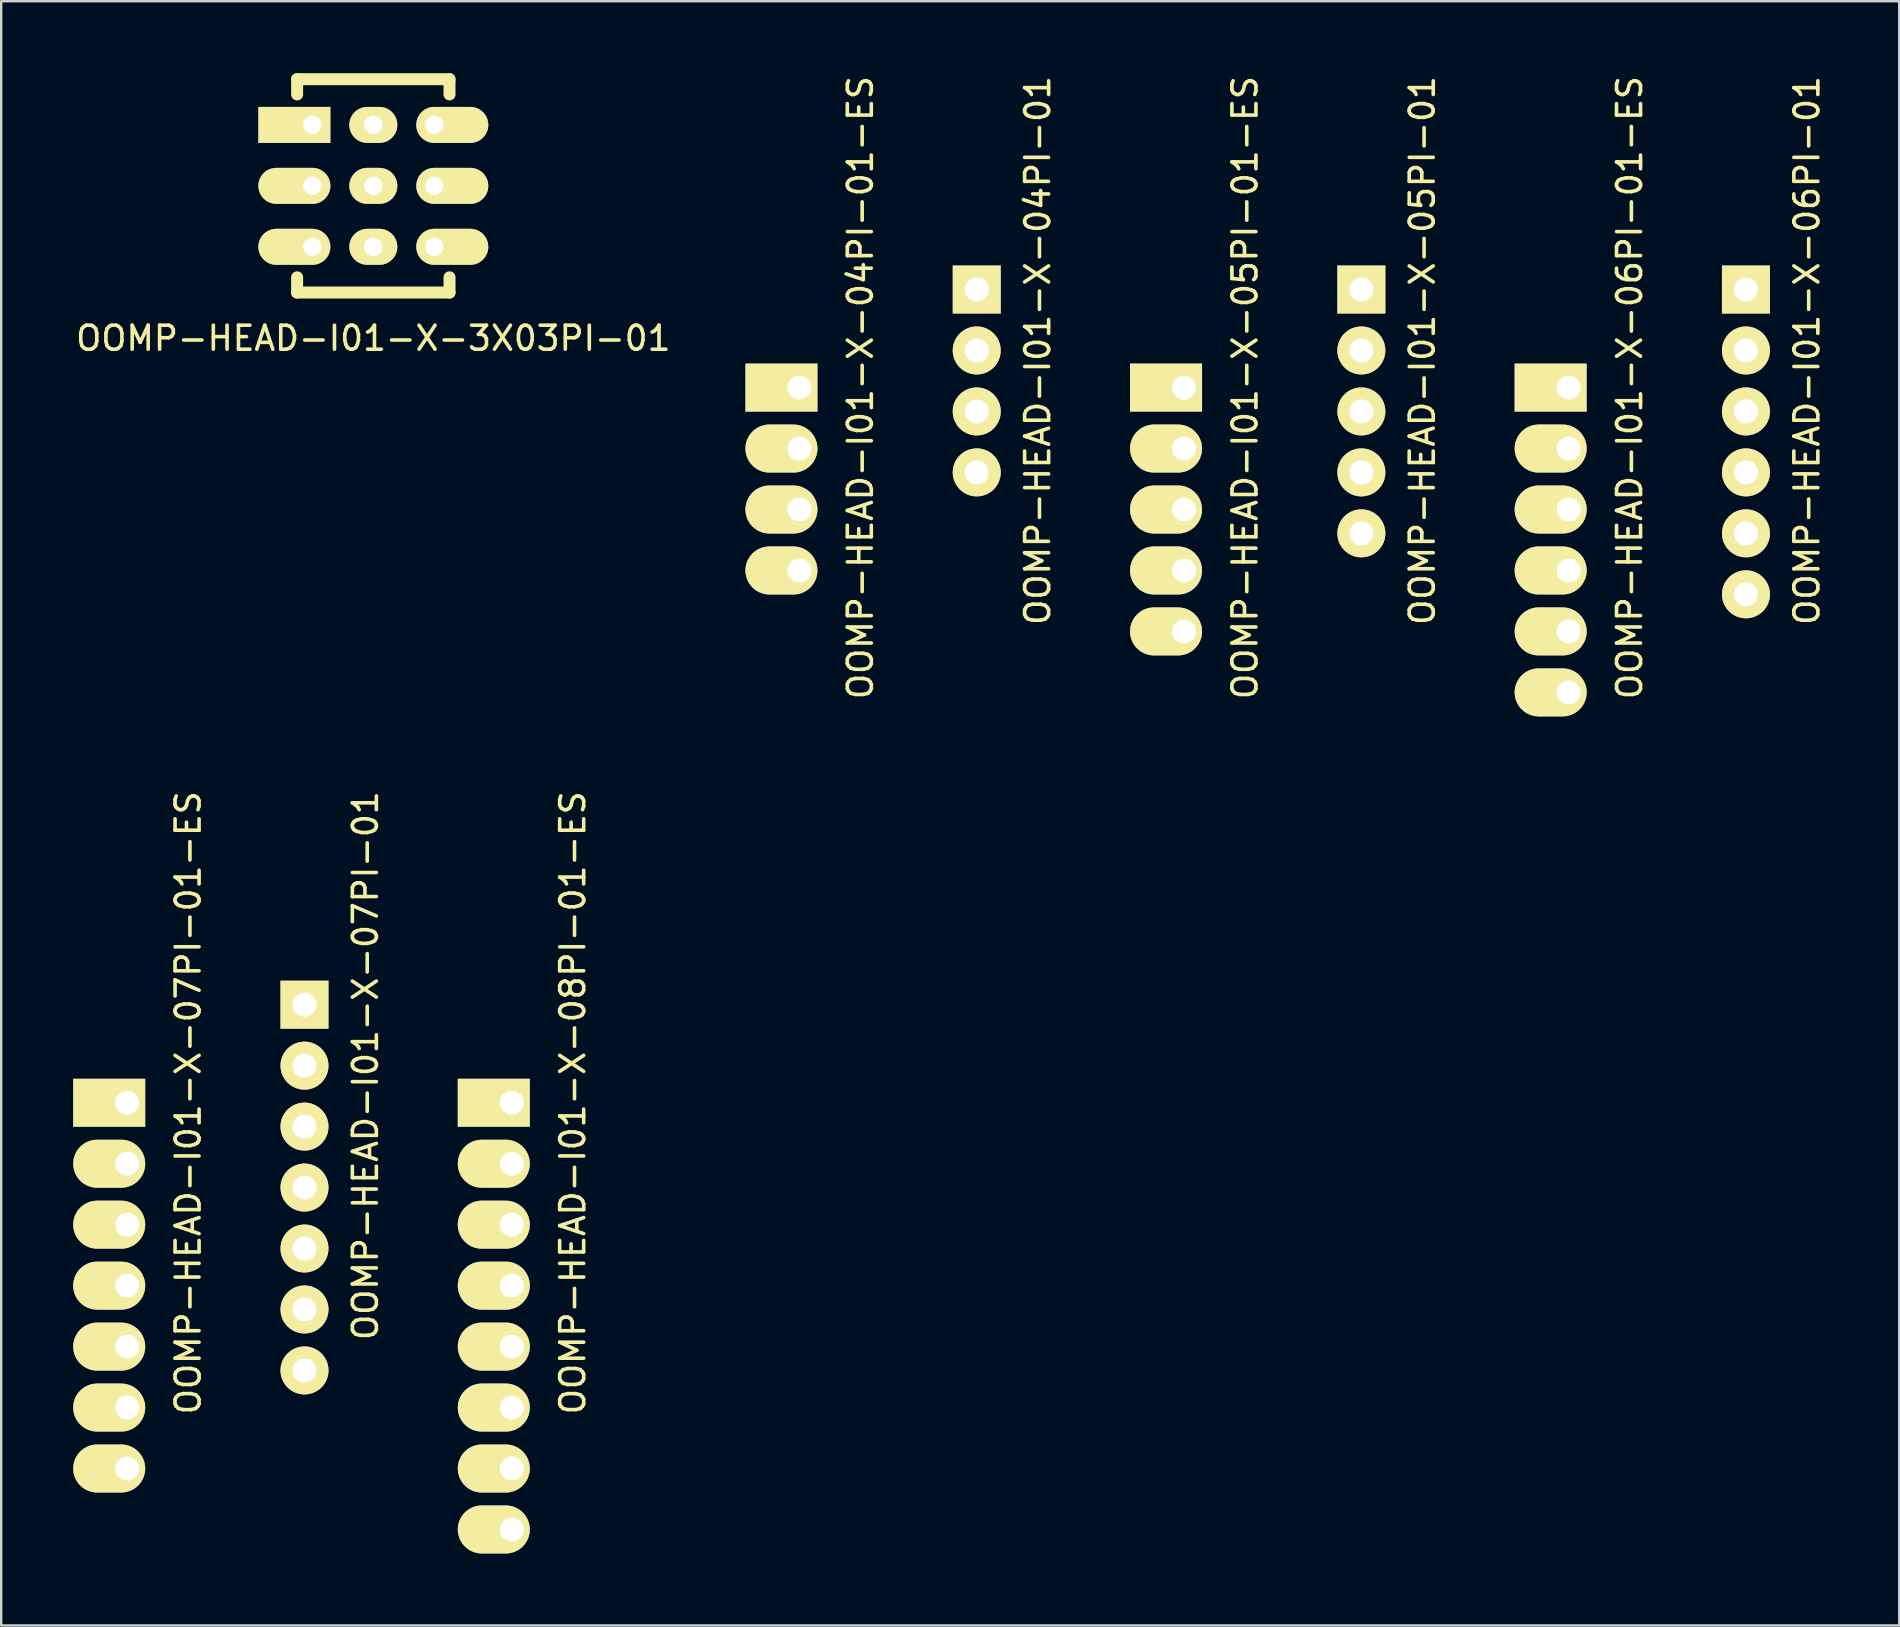
<source format=kicad_pcb>
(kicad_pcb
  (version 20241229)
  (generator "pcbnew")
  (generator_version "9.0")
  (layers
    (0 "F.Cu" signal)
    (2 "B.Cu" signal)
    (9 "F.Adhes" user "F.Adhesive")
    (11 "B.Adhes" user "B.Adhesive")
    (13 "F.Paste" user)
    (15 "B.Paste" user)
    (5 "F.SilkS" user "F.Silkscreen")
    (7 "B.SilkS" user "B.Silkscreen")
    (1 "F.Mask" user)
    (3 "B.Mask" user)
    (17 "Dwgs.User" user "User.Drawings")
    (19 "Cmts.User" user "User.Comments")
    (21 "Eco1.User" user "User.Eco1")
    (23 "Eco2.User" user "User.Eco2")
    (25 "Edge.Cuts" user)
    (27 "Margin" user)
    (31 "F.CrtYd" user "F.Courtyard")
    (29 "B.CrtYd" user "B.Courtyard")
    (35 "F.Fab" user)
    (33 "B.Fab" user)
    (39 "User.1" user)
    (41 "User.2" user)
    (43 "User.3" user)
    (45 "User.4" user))
  (footprint "OOMP-HEAD-I01-X-05PI-01-ES"
    (layer "F.Cu")
    (at 46.288 13.101)
    (property "Reference" "OOMP-HEAD-I01-X-05PI-01-ES" (at 2.54 0 90) (layer "F.SilkS") (effects (font (size 1 1) (thickness 0.15))))
    (attr through_hole)
    (pad "1" thru_hole rect (at 0 0) (size 3 2) (drill 1 (offset -0.75 0)) (layers "*.Cu" "*.Mask" "F.SilkS"))
    (pad "2" thru_hole oval (at 0 2.54) (size 3 2) (drill 1 (offset -0.75 0)) (layers "*.Cu" "*.Mask" "F.SilkS"))
    (pad "3" thru_hole oval (at 0 5.08) (size 3 2) (drill 1 (offset -0.75 0)) (layers "*.Cu" "*.Mask" "F.SilkS"))
    (pad "4" thru_hole oval (at 0 7.62) (size 3 2) (drill 1 (offset -0.75 0)) (layers "*.Cu" "*.Mask" "F.SilkS"))
    (pad "5" thru_hole oval (at 0 10.16) (size 3 2) (drill 1 (offset -0.75 0)) (layers "*.Cu" "*.Mask" "F.SilkS")))
  (footprint "OOMP-HEAD-I01-X-04PI-01-ES"
    (layer "F.Cu")
    (at 30.262 13.101)
    (property "Reference" "OOMP-HEAD-I01-X-04PI-01-ES" (at 2.54 0 90) (layer "F.SilkS") (effects (font (size 1 1) (thickness 0.15))))
    (attr through_hole)
    (pad "1" thru_hole rect (at 0 0) (size 3 2) (drill 1 (offset -0.75 0)) (layers "*.Cu" "*.Mask" "F.SilkS"))
    (pad "2" thru_hole oval (at 0 2.54) (size 3 2) (drill 1 (offset -0.75 0)) (layers "*.Cu" "*.Mask" "F.SilkS"))
    (pad "3" thru_hole oval (at 0 5.08) (size 3 2) (drill 1 (offset -0.75 0)) (layers "*.Cu" "*.Mask" "F.SilkS"))
    (pad "4" thru_hole oval (at 0 7.62) (size 3 2) (drill 1 (offset -0.75 0)) (layers "*.Cu" "*.Mask" "F.SilkS")))
  (footprint "OOMP-HEAD-I01-X-3X03PI-01"
    (layer "F.Cu")
    (at 9.966 2.155)
    (property "Reference" "OOMP-HEAD-I01-X-3X03PI-01" (at 2.54 8.89 180) (layer "F.SilkS") (effects (font (size 1 1) (thickness 0.15))))
    (attr through_hole)
    (fp_line (start -0.635 -1.905) (end 5.715 -1.905) (stroke (width 0.5) (type solid)) (layer "F.SilkS"))
    (fp_line (start -0.635 -1.27) (end -0.635 -1.905) (stroke (width 0.5) (type solid)) (layer "F.SilkS"))
    (fp_line (start -0.635 6.985) (end -0.635 6.35) (stroke (width 0.5) (type solid)) (layer "F.SilkS"))
    (fp_line (start -0.635 6.985) (end 5.715 6.985) (stroke (width 0.5) (type solid)) (layer "F.SilkS"))
    (fp_line (start 5.715 -1.905) (end 5.715 -1.27) (stroke (width 0.5) (type solid)) (layer "F.SilkS"))
    (fp_line (start 5.715 6.985) (end 5.715 6.35) (stroke (width 0.5) (type solid)) (layer "F.SilkS"))
    (pad "1" thru_hole rect (at 0 0 90) (size 1.5 3) (drill 0.762 (offset 0 -0.75)) (layers "*.Cu" "*.Mask" "F.SilkS"))
    (pad "2" thru_hole oval (at 2.54 0) (size 2 1.5) (drill 0.762) (layers "*.Cu" "*.Mask" "F.SilkS"))
    (pad "3" thru_hole oval (at 5.08 0) (size 3 1.5) (drill 0.762 (offset 0.75 0)) (layers "*.Cu" "*.Mask" "F.SilkS"))
    (pad "4" thru_hole oval (at 0 2.54 90) (size 1.5 3) (drill 0.762 (offset 0 -0.75)) (layers "*.Cu" "*.Mask" "F.SilkS"))
    (pad "5" thru_hole oval (at 2.54 2.54) (size 2 1.5) (drill 0.762) (layers "*.Cu" "*.Mask" "F.SilkS"))
    (pad "6" thru_hole oval (at 5.08 2.54) (size 3 1.5) (drill 0.762 (offset 0.75 0)) (layers "*.Cu" "*.Mask" "F.SilkS"))
    (pad "7" thru_hole oval (at 0 5.08 90) (size 1.5 3) (drill 0.762 (offset 0 -0.75)) (layers "*.Cu" "*.Mask" "F.SilkS"))
    (pad "8" thru_hole oval (at 2.54 5.08) (size 2 1.5) (drill 0.762) (layers "*.Cu" "*.Mask" "F.SilkS"))
    (pad "9" thru_hole oval (at 5.08 5.08) (size 3 1.5) (drill 0.762 (offset 0.75 0)) (layers "*.Cu" "*.Mask" "F.SilkS")))
  (footprint "OOMP-HEAD-I01-X-06PI-01-ES"
    (layer "F.Cu")
    (at 62.315 13.101)
    (property "Reference" "OOMP-HEAD-I01-X-06PI-01-ES" (at 2.54 0 90) (layer "F.SilkS") (effects (font (size 1 1) (thickness 0.15))))
    (attr through_hole)
    (pad "1" thru_hole rect (at 0 0) (size 3 2) (drill 1 (offset -0.75 0)) (layers "*.Cu" "*.Mask" "F.SilkS"))
    (pad "2" thru_hole oval (at 0 2.54) (size 3 2) (drill 1 (offset -0.75 0)) (layers "*.Cu" "*.Mask" "F.SilkS"))
    (pad "3" thru_hole oval (at 0 5.08) (size 3 2) (drill 1 (offset -0.75 0)) (layers "*.Cu" "*.Mask" "F.SilkS"))
    (pad "4" thru_hole oval (at 0 7.62) (size 3 2) (drill 1 (offset -0.75 0)) (layers "*.Cu" "*.Mask" "F.SilkS"))
    (pad "5" thru_hole oval (at 0 10.16) (size 3 2) (drill 1 (offset -0.75 0)) (layers "*.Cu" "*.Mask" "F.SilkS"))
    (pad "6" thru_hole oval (at 0 12.7) (size 3 2) (drill 1 (offset -0.75 0)) (layers "*.Cu" "*.Mask" "F.SilkS")))
  (footprint "OOMP-HEAD-I01-X-06PI-01"
    (layer "F.Cu")
    (at 69.703 9.014)
    (property "Reference" "OOMP-HEAD-I01-X-06PI-01" (at 2.54 2.54 90) (layer "F.SilkS") (effects (font (size 1 1) (thickness 0.15))))
    (attr through_hole)
    (pad "1" thru_hole rect (at 0 0) (size 2 2) (drill 1) (layers "*.Cu" "*.Mask" "F.SilkS"))
    (pad "2" thru_hole oval (at 0 2.54) (size 2 2) (drill 1) (layers "*.Cu" "*.Mask" "F.SilkS"))
    (pad "3" thru_hole oval (at 0 5.08) (size 2 2) (drill 1) (layers "*.Cu" "*.Mask" "F.SilkS"))
    (pad "4" thru_hole oval (at 0 7.62) (size 2 2) (drill 1) (layers "*.Cu" "*.Mask" "F.SilkS"))
    (pad "5" thru_hole oval (at 0 10.16) (size 2 2) (drill 1) (layers "*.Cu" "*.Mask" "F.SilkS"))
    (pad "6" thru_hole oval (at 0 12.7) (size 2 2) (drill 1) (layers "*.Cu" "*.Mask" "F.SilkS")))
  (footprint "OOMP-HEAD-I01-X-05PI-01"
    (layer "F.Cu")
    (at 53.677 9.014)
    (property "Reference" "OOMP-HEAD-I01-X-05PI-01" (at 2.54 2.54 90) (layer "F.SilkS") (effects (font (size 1 1) (thickness 0.15))))
    (attr through_hole)
    (pad "1" thru_hole rect (at 0 0) (size 2 2) (drill 1) (layers "*.Cu" "*.Mask" "F.SilkS"))
    (pad "2" thru_hole oval (at 0 2.54) (size 2 2) (drill 1) (layers "*.Cu" "*.Mask" "F.SilkS"))
    (pad "3" thru_hole oval (at 0 5.08) (size 2 2) (drill 1) (layers "*.Cu" "*.Mask" "F.SilkS"))
    (pad "4" thru_hole oval (at 0 7.62) (size 2 2) (drill 1) (layers "*.Cu" "*.Mask" "F.SilkS"))
    (pad "5" thru_hole oval (at 0 10.16) (size 2 2) (drill 1) (layers "*.Cu" "*.Mask" "F.SilkS")))
  (footprint "OOMP-HEAD-I01-X-04PI-01"
    (layer "F.Cu")
    (at 37.65 9.014)
    (property "Reference" "OOMP-HEAD-I01-X-04PI-01" (at 2.54 2.54 90) (layer "F.SilkS") (effects (font (size 1 1) (thickness 0.15))))
    (attr through_hole)
    (pad "1" thru_hole rect (at 0 0) (size 2 2) (drill 1) (layers "*.Cu" "*.Mask" "F.SilkS"))
    (pad "2" thru_hole oval (at 0 2.54) (size 2 2) (drill 1) (layers "*.Cu" "*.Mask" "F.SilkS"))
    (pad "3" thru_hole oval (at 0 5.08) (size 2 2) (drill 1) (layers "*.Cu" "*.Mask" "F.SilkS"))
    (pad "4" thru_hole oval (at 0 7.62) (size 2 2) (drill 1) (layers "*.Cu" "*.Mask" "F.SilkS")))
  (footprint "OOMP-HEAD-I01-X-07PI-01-ES"
    (layer "F.Cu")
    (at 2.25 42.902)
    (property "Reference" "OOMP-HEAD-I01-X-07PI-01-ES" (at 2.54 0 90) (layer "F.SilkS") (effects (font (size 1 1) (thickness 0.15))))
    (attr through_hole)
    (pad "1" thru_hole rect (at 0 0) (size 3 2) (drill 1 (offset -0.75 0)) (layers "*.Cu" "*.Mask" "F.SilkS"))
    (pad "2" thru_hole oval (at 0 2.54) (size 3 2) (drill 1 (offset -0.75 0)) (layers "*.Cu" "*.Mask" "F.SilkS"))
    (pad "3" thru_hole oval (at 0 5.08) (size 3 2) (drill 1 (offset -0.75 0)) (layers "*.Cu" "*.Mask" "F.SilkS"))
    (pad "4" thru_hole oval (at 0 7.62) (size 3 2) (drill 1 (offset -0.75 0)) (layers "*.Cu" "*.Mask" "F.SilkS"))
    (pad "5" thru_hole oval (at 0 10.16) (size 3 2) (drill 1 (offset -0.75 0)) (layers "*.Cu" "*.Mask" "F.SilkS"))
    (pad "6" thru_hole oval (at 0 12.7) (size 3 2) (drill 1 (offset -0.75 0)) (layers "*.Cu" "*.Mask" "F.SilkS"))
    (pad "7" thru_hole oval (at 0 15.24) (size 3 2) (drill 1 (offset -0.75 0)) (layers "*.Cu" "*.Mask" "F.SilkS")))
  (footprint "OOMP-HEAD-I01-X-08PI-01-ES"
    (layer "F.Cu")
    (at 18.276 42.902)
    (property "Reference" "OOMP-HEAD-I01-X-08PI-01-ES" (at 2.54 0 90) (layer "F.SilkS") (effects (font (size 1 1) (thickness 0.15))))
    (attr through_hole)
    (pad "1" thru_hole rect (at 0 0) (size 3 2) (drill 1 (offset -0.75 0)) (layers "*.Cu" "*.Mask" "F.SilkS"))
    (pad "2" thru_hole oval (at 0 2.54) (size 3 2) (drill 1 (offset -0.75 0)) (layers "*.Cu" "*.Mask" "F.SilkS"))
    (pad "3" thru_hole oval (at 0 5.08) (size 3 2) (drill 1 (offset -0.75 0)) (layers "*.Cu" "*.Mask" "F.SilkS"))
    (pad "4" thru_hole oval (at 0 7.62) (size 3 2) (drill 1 (offset -0.75 0)) (layers "*.Cu" "*.Mask" "F.SilkS"))
    (pad "5" thru_hole oval (at 0 10.16) (size 3 2) (drill 1 (offset -0.75 0)) (layers "*.Cu" "*.Mask" "F.SilkS"))
    (pad "6" thru_hole oval (at 0 12.7) (size 3 2) (drill 1 (offset -0.75 0)) (layers "*.Cu" "*.Mask" "F.SilkS"))
    (pad "7" thru_hole oval (at 0 15.24) (size 3 2) (drill 1 (offset -0.75 0)) (layers "*.Cu" "*.Mask" "F.SilkS"))
    (pad "8" thru_hole oval (at 0 17.78) (size 3 2) (drill 1 (offset -0.75 0)) (layers "*.Cu" "*.Mask" "F.SilkS")))
  (footprint "OOMP-HEAD-I01-X-07PI-01"
    (layer "F.Cu")
    (at 9.638 38.815)
    (property "Reference" "OOMP-HEAD-I01-X-07PI-01" (at 2.54 2.54 90) (layer "F.SilkS") (effects (font (size 1 1) (thickness 0.15))))
    (attr through_hole)
    (pad "1" thru_hole rect (at 0 0) (size 2 2) (drill 1) (layers "*.Cu" "*.Mask" "F.SilkS"))
    (pad "2" thru_hole oval (at 0 2.54) (size 2 2) (drill 1) (layers "*.Cu" "*.Mask" "F.SilkS"))
    (pad "3" thru_hole oval (at 0 5.08) (size 2 2) (drill 1) (layers "*.Cu" "*.Mask" "F.SilkS"))
    (pad "4" thru_hole oval (at 0 7.62) (size 2 2) (drill 1) (layers "*.Cu" "*.Mask" "F.SilkS"))
    (pad "5" thru_hole oval (at 0 10.16) (size 2 2) (drill 1) (layers "*.Cu" "*.Mask" "F.SilkS"))
    (pad "6" thru_hole oval (at 0 12.7) (size 2 2) (drill 1) (layers "*.Cu" "*.Mask" "F.SilkS"))
    (pad "7" thru_hole oval (at 0 15.24) (size 2 2) (drill 1) (layers "*.Cu" "*.Mask" "F.SilkS")))
  (gr_rect
    (start -3 -3)
    (end 76.091 64.682)
    (stroke (width 0.1) (type default))
    (fill no)
    (layer "Edge.Cuts")))
</source>
